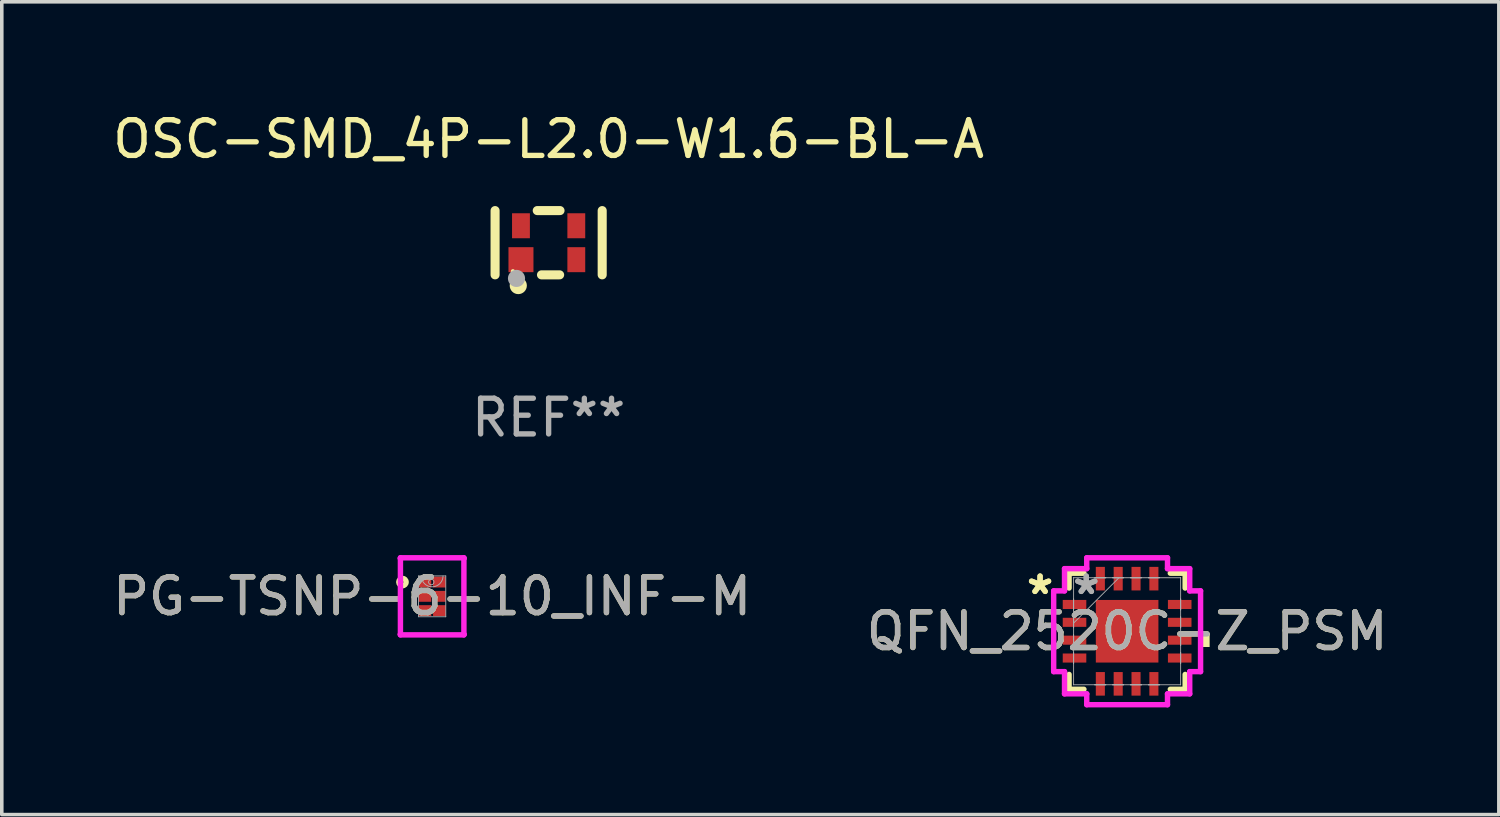
<source format=kicad_pcb>
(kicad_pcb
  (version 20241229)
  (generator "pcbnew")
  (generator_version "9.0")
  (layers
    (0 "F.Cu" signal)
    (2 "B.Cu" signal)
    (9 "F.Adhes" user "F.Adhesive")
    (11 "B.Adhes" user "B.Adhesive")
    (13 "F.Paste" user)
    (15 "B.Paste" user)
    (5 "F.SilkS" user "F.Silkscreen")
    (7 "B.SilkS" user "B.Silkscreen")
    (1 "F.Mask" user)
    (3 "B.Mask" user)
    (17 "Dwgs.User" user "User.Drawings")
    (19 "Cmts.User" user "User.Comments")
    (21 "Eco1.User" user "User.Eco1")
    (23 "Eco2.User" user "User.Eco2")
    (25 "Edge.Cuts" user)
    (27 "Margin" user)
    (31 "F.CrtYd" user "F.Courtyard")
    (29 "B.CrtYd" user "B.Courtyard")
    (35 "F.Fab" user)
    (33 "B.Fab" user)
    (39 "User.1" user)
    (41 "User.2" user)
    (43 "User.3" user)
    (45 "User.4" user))
  (footprint "PG-TSNP-6-10_INF-M"
    (layer "F.Cu")
    (at 9.054 13.652)
    (property "Reference" "PG-TSNP-6-10_INF-M" (at 0 0 0) (unlocked yes) (layer "F.SilkS") (effects (font (size 1 1) (thickness 0.15))))
    (attr smd)
    (fp_circle (center -0.832 -0.4) (end -0.73 -0.4) (stroke (width 0.152) (type solid)) (fill no) (layer "F.SilkS"))
    (fp_line (start -0.889 -1.079) (end 0.889 -1.079) (stroke (width 0.152) (type solid)) (layer "F.CrtYd"))
    (fp_line (start -0.889 -1.06) (end -0.889 -1.079) (stroke (width 0.152) (type solid)) (layer "F.CrtYd"))
    (fp_line (start -0.889 -1.06) (end -0.889 -1.06) (stroke (width 0.152) (type solid)) (layer "F.CrtYd"))
    (fp_line (start -0.889 1.06) (end -0.889 -1.06) (stroke (width 0.152) (type solid)) (layer "F.CrtYd"))
    (fp_line (start -0.889 1.06) (end -0.889 1.06) (stroke (width 0.152) (type solid)) (layer "F.CrtYd"))
    (fp_line (start -0.889 1.079) (end -0.889 1.06) (stroke (width 0.152) (type solid)) (layer "F.CrtYd"))
    (fp_line (start 0.889 -1.079) (end 0.889 -1.06) (stroke (width 0.152) (type solid)) (layer "F.CrtYd"))
    (fp_line (start 0.889 -1.06) (end 0.889 -1.06) (stroke (width 0.152) (type solid)) (layer "F.CrtYd"))
    (fp_line (start 0.889 -1.06) (end 0.889 1.06) (stroke (width 0.152) (type solid)) (layer "F.CrtYd"))
    (fp_line (start 0.889 1.06) (end 0.889 1.06) (stroke (width 0.152) (type solid)) (layer "F.CrtYd"))
    (fp_line (start 0.889 1.06) (end 0.889 1.079) (stroke (width 0.152) (type solid)) (layer "F.CrtYd"))
    (fp_line (start 0.889 1.079) (end -0.889 1.079) (stroke (width 0.152) (type solid)) (layer "F.CrtYd"))
    (fp_line (start -0.381 -0.572) (end -0.381 0.572) (stroke (width 0.025) (type solid)) (layer "F.Fab"))
    (fp_line (start -0.381 0.572) (end 0.381 0.572) (stroke (width 0.025) (type solid)) (layer "F.Fab"))
    (fp_line (start 0.381 -0.572) (end -0.381 -0.572) (stroke (width 0.025) (type solid)) (layer "F.Fab"))
    (fp_line (start 0.381 0.572) (end 0.381 -0.572) (stroke (width 0.025) (type solid)) (layer "F.Fab"))
    (fp_arc (start 0.3048 -0.5715) (mid 0 -0.2667) (end -0.3048 -0.5715) (stroke (width 0.0254) (type solid)) (layer "F.Fab"))
    (fp_circle (center -0.025 -0.4) (end 0.051 -0.4) (stroke (width 0.025) (type solid)) (fill no) (layer "F.Fab"))
    (fp_text user "${REFERENCE}" (at 0 0 0) (unlocked yes) (layer "F.Fab") (effects (font (size 1 1) (thickness 0.15))))
    (pad "1" smd rect (at -0.203 -0.4) (size 0.356 0.305) (layers "F.Cu" "F.Mask" "F.Paste"))
    (pad "2" smd rect (at -0.203 0) (size 0.356 0.305) (layers "F.Cu" "F.Mask" "F.Paste"))
    (pad "3" smd rect (at -0.203 0.4) (size 0.356 0.305) (layers "F.Cu" "F.Mask" "F.Paste"))
    (pad "4" smd rect (at 0.203 0.4) (size 0.356 0.305) (layers "F.Cu" "F.Mask" "F.Paste"))
    (pad "5" smd rect (at 0.203 0) (size 0.356 0.305) (layers "F.Cu" "F.Mask" "F.Paste"))
    (pad "6" smd rect (at 0.203 -0.4) (size 0.356 0.305) (layers "F.Cu" "F.Mask" "F.Paste")))
  (footprint "OSC-SMD_4P-L2.0-W1.6-BL-A"
    (layer "F.Cu")
    (at 12.316 3.748)
    (property "Reference" "OSC-SMD_4P-L2.0-W1.6-BL-A" (at -0.000025 -2.9 0) (layer "F.SilkS") (effects (font (size 1 1) (thickness 0.15))))
    (attr smd)
    (fp_line (start -1.5 -0.9) (end -1.5 0.9) (stroke (width 0.254) (type solid)) (layer "F.SilkS"))
    (fp_line (start -0.319 -0.9) (end 0.319 -0.9) (stroke (width 0.254) (type solid)) (layer "F.SilkS"))
    (fp_line (start -0.2 0.9) (end 0.308 0.9) (stroke (width 0.254) (type solid)) (layer "F.SilkS"))
    (fp_line (start 1.5 -0.9) (end 1.5 0.9) (stroke (width 0.254) (type solid)) (layer "F.SilkS"))
    (fp_circle (center -1 0.8) (end -0.97 0.8) (stroke (width 0.06) (type solid)) (fill no) (layer "F.SilkS"))
    (fp_circle (center -0.85 1.2) (end -0.73 1.2) (stroke (width 0.24) (type solid)) (fill no) (layer "F.SilkS"))
    (fp_circle (center -0.9 1) (end -0.78 1) (stroke (width 0.24) (type solid)) (fill no) (layer "F.Fab"))
    (fp_text user "REF**" (at -0.000025 4.9 0) (layer "F.Fab") (effects (font (size 1 1) (thickness 0.15))))
    (pad "1" smd rect (at -0.775 0.475 90) (size 0.7 0.7) (layers "F.Cu" "F.Mask" "F.Paste"))
    (pad "2" smd rect (at 0.775 0.475) (size 0.5 0.7) (layers "F.Cu" "F.Mask" "F.Paste"))
    (pad "3" smd rect (at 0.775 -0.475) (size 0.5 0.7) (layers "F.Cu" "F.Mask" "F.Paste"))
    (pad "4" smd rect (at -0.775 -0.475) (size 0.5 0.7) (layers "F.Cu" "F.Mask" "F.Paste")))
  (footprint "QFN_2520C-Z_PSM"
    (layer "F.Cu")
    (at 28.518 14.63)
    (property "Reference" "QFN_2520C-Z_PSM" (at 0 0 0) (unlocked yes) (layer "F.SilkS") (effects (font (size 1 1) (thickness 0.15))))
    (attr smd)
    (fp_line (start -1.626 -1.626) (end -1.626 -1.21) (stroke (width 0.152) (type solid)) (layer "F.SilkS"))
    (fp_line (start -1.626 1.21) (end -1.626 1.626) (stroke (width 0.152) (type solid)) (layer "F.SilkS"))
    (fp_line (start -1.626 1.626) (end -1.21 1.626) (stroke (width 0.152) (type solid)) (layer "F.SilkS"))
    (fp_line (start -1.21 -1.626) (end -1.626 -1.626) (stroke (width 0.152) (type solid)) (layer "F.SilkS"))
    (fp_line (start 1.21 1.626) (end 1.626 1.626) (stroke (width 0.152) (type solid)) (layer "F.SilkS"))
    (fp_line (start 1.626 -1.626) (end 1.21 -1.626) (stroke (width 0.152) (type solid)) (layer "F.SilkS"))
    (fp_line (start 1.626 -1.21) (end 1.626 -1.626) (stroke (width 0.152) (type solid)) (layer "F.SilkS"))
    (fp_line (start 1.626 1.626) (end 1.626 1.21) (stroke (width 0.152) (type solid)) (layer "F.SilkS"))
    (fp_poly (pts (xy 2.311 0.06) (xy 2.311 0.441) (xy 2.057 0.441) (xy 2.057 0.06)) (stroke (width 0) (type solid)) (fill yes) (layer "F.SilkS"))
    (fp_line (start -2.057 -1.131) (end -1.753 -1.131) (stroke (width 0.152) (type solid)) (layer "F.CrtYd"))
    (fp_line (start -2.057 1.131) (end -2.057 -1.131) (stroke (width 0.152) (type solid)) (layer "F.CrtYd"))
    (fp_line (start -1.753 -1.753) (end -1.131 -1.753) (stroke (width 0.152) (type solid)) (layer "F.CrtYd"))
    (fp_line (start -1.753 -1.131) (end -1.753 -1.753) (stroke (width 0.152) (type solid)) (layer "F.CrtYd"))
    (fp_line (start -1.753 1.131) (end -2.057 1.131) (stroke (width 0.152) (type solid)) (layer "F.CrtYd"))
    (fp_line (start -1.753 1.753) (end -1.753 1.131) (stroke (width 0.152) (type solid)) (layer "F.CrtYd"))
    (fp_line (start -1.131 -2.057) (end 1.131 -2.057) (stroke (width 0.152) (type solid)) (layer "F.CrtYd"))
    (fp_line (start -1.131 -1.753) (end -1.131 -2.057) (stroke (width 0.152) (type solid)) (layer "F.CrtYd"))
    (fp_line (start -1.131 1.753) (end -1.753 1.753) (stroke (width 0.152) (type solid)) (layer "F.CrtYd"))
    (fp_line (start -1.131 2.057) (end -1.131 1.753) (stroke (width 0.152) (type solid)) (layer "F.CrtYd"))
    (fp_line (start 1.131 -2.057) (end 1.131 -1.753) (stroke (width 0.152) (type solid)) (layer "F.CrtYd"))
    (fp_line (start 1.131 -1.753) (end 1.753 -1.753) (stroke (width 0.152) (type solid)) (layer "F.CrtYd"))
    (fp_line (start 1.131 1.753) (end 1.131 2.057) (stroke (width 0.152) (type solid)) (layer "F.CrtYd"))
    (fp_line (start 1.131 2.057) (end -1.131 2.057) (stroke (width 0.152) (type solid)) (layer "F.CrtYd"))
    (fp_line (start 1.753 -1.753) (end 1.753 -1.131) (stroke (width 0.152) (type solid)) (layer "F.CrtYd"))
    (fp_line (start 1.753 -1.131) (end 2.057 -1.131) (stroke (width 0.152) (type solid)) (layer "F.CrtYd"))
    (fp_line (start 1.753 1.131) (end 1.753 1.753) (stroke (width 0.152) (type solid)) (layer "F.CrtYd"))
    (fp_line (start 1.753 1.753) (end 1.131 1.753) (stroke (width 0.152) (type solid)) (layer "F.CrtYd"))
    (fp_line (start 2.057 -1.131) (end 2.057 1.131) (stroke (width 0.152) (type solid)) (layer "F.CrtYd"))
    (fp_line (start 2.057 1.131) (end 1.753 1.131) (stroke (width 0.152) (type solid)) (layer "F.CrtYd"))
    (fp_line (start -1.499 -1.499) (end -1.499 -1.499) (stroke (width 0.025) (type solid)) (layer "F.Fab"))
    (fp_line (start -1.499 -1.499) (end -1.499 1.499) (stroke (width 0.025) (type solid)) (layer "F.Fab"))
    (fp_line (start -1.499 -0.903) (end -1.499 -0.903) (stroke (width 0.025) (type solid)) (layer "F.Fab"))
    (fp_line (start -1.499 -0.903) (end -1.499 -0.598) (stroke (width 0.025) (type solid)) (layer "F.Fab"))
    (fp_line (start -1.499 -0.598) (end -1.499 -0.903) (stroke (width 0.025) (type solid)) (layer "F.Fab"))
    (fp_line (start -1.499 -0.598) (end -1.499 -0.598) (stroke (width 0.025) (type solid)) (layer "F.Fab"))
    (fp_line (start -1.499 -0.402) (end -1.499 -0.402) (stroke (width 0.025) (type solid)) (layer "F.Fab"))
    (fp_line (start -1.499 -0.402) (end -1.499 -0.098) (stroke (width 0.025) (type solid)) (layer "F.Fab"))
    (fp_line (start -1.499 -0.229) (end -0.229 -1.499) (stroke (width 0.025) (type solid)) (layer "F.Fab"))
    (fp_line (start -1.499 -0.098) (end -1.499 -0.402) (stroke (width 0.025) (type solid)) (layer "F.Fab"))
    (fp_line (start -1.499 -0.098) (end -1.499 -0.098) (stroke (width 0.025) (type solid)) (layer "F.Fab"))
    (fp_line (start -1.499 0.098) (end -1.499 0.098) (stroke (width 0.025) (type solid)) (layer "F.Fab"))
    (fp_line (start -1.499 0.098) (end -1.499 0.402) (stroke (width 0.025) (type solid)) (layer "F.Fab"))
    (fp_line (start -1.499 0.402) (end -1.499 0.098) (stroke (width 0.025) (type solid)) (layer "F.Fab"))
    (fp_line (start -1.499 0.402) (end -1.499 0.402) (stroke (width 0.025) (type solid)) (layer "F.Fab"))
    (fp_line (start -1.499 0.598) (end -1.499 0.598) (stroke (width 0.025) (type solid)) (layer "F.Fab"))
    (fp_line (start -1.499 0.598) (end -1.499 0.903) (stroke (width 0.025) (type solid)) (layer "F.Fab"))
    (fp_line (start -1.499 0.903) (end -1.499 0.598) (stroke (width 0.025) (type solid)) (layer "F.Fab"))
    (fp_line (start -1.499 0.903) (end -1.499 0.903) (stroke (width 0.025) (type solid)) (layer "F.Fab"))
    (fp_line (start -1.499 1.499) (end -1.499 1.499) (stroke (width 0.025) (type solid)) (layer "F.Fab"))
    (fp_line (start -1.499 1.499) (end 1.499 1.499) (stroke (width 0.025) (type solid)) (layer "F.Fab"))
    (fp_line (start -0.903 -1.499) (end -0.903 -1.499) (stroke (width 0.025) (type solid)) (layer "F.Fab"))
    (fp_line (start -0.903 -1.499) (end -0.598 -1.499) (stroke (width 0.025) (type solid)) (layer "F.Fab"))
    (fp_line (start -0.903 1.499) (end -0.903 1.499) (stroke (width 0.025) (type solid)) (layer "F.Fab"))
    (fp_line (start -0.903 1.499) (end -0.598 1.499) (stroke (width 0.025) (type solid)) (layer "F.Fab"))
    (fp_line (start -0.598 -1.499) (end -0.903 -1.499) (stroke (width 0.025) (type solid)) (layer "F.Fab"))
    (fp_line (start -0.598 -1.499) (end -0.598 -1.499) (stroke (width 0.025) (type solid)) (layer "F.Fab"))
    (fp_line (start -0.598 1.499) (end -0.903 1.499) (stroke (width 0.025) (type solid)) (layer "F.Fab"))
    (fp_line (start -0.598 1.499) (end -0.598 1.499) (stroke (width 0.025) (type solid)) (layer "F.Fab"))
    (fp_line (start -0.402 -1.499) (end -0.402 -1.499) (stroke (width 0.025) (type solid)) (layer "F.Fab"))
    (fp_line (start -0.402 -1.499) (end -0.098 -1.499) (stroke (width 0.025) (type solid)) (layer "F.Fab"))
    (fp_line (start -0.402 1.499) (end -0.402 1.499) (stroke (width 0.025) (type solid)) (layer "F.Fab"))
    (fp_line (start -0.402 1.499) (end -0.098 1.499) (stroke (width 0.025) (type solid)) (layer "F.Fab"))
    (fp_line (start -0.098 -1.499) (end -0.402 -1.499) (stroke (width 0.025) (type solid)) (layer "F.Fab"))
    (fp_line (start -0.098 -1.499) (end -0.098 -1.499) (stroke (width 0.025) (type solid)) (layer "F.Fab"))
    (fp_line (start -0.098 1.499) (end -0.402 1.499) (stroke (width 0.025) (type solid)) (layer "F.Fab"))
    (fp_line (start -0.098 1.499) (end -0.098 1.499) (stroke (width 0.025) (type solid)) (layer "F.Fab"))
    (fp_line (start 0.098 -1.499) (end 0.098 -1.499) (stroke (width 0.025) (type solid)) (layer "F.Fab"))
    (fp_line (start 0.098 -1.499) (end 0.402 -1.499) (stroke (width 0.025) (type solid)) (layer "F.Fab"))
    (fp_line (start 0.098 1.499) (end 0.098 1.499) (stroke (width 0.025) (type solid)) (layer "F.Fab"))
    (fp_line (start 0.098 1.499) (end 0.402 1.499) (stroke (width 0.025) (type solid)) (layer "F.Fab"))
    (fp_line (start 0.402 -1.499) (end 0.098 -1.499) (stroke (width 0.025) (type solid)) (layer "F.Fab"))
    (fp_line (start 0.402 -1.499) (end 0.402 -1.499) (stroke (width 0.025) (type solid)) (layer "F.Fab"))
    (fp_line (start 0.402 1.499) (end 0.098 1.499) (stroke (width 0.025) (type solid)) (layer "F.Fab"))
    (fp_line (start 0.402 1.499) (end 0.402 1.499) (stroke (width 0.025) (type solid)) (layer "F.Fab"))
    (fp_line (start 0.598 -1.499) (end 0.598 -1.499) (stroke (width 0.025) (type solid)) (layer "F.Fab"))
    (fp_line (start 0.598 -1.499) (end 0.903 -1.499) (stroke (width 0.025) (type solid)) (layer "F.Fab"))
    (fp_line (start 0.598 1.499) (end 0.598 1.499) (stroke (width 0.025) (type solid)) (layer "F.Fab"))
    (fp_line (start 0.598 1.499) (end 0.903 1.499) (stroke (width 0.025) (type solid)) (layer "F.Fab"))
    (fp_line (start 0.903 -1.499) (end 0.598 -1.499) (stroke (width 0.025) (type solid)) (layer "F.Fab"))
    (fp_line (start 0.903 -1.499) (end 0.903 -1.499) (stroke (width 0.025) (type solid)) (layer "F.Fab"))
    (fp_line (start 0.903 1.499) (end 0.598 1.499) (stroke (width 0.025) (type solid)) (layer "F.Fab"))
    (fp_line (start 0.903 1.499) (end 0.903 1.499) (stroke (width 0.025) (type solid)) (layer "F.Fab"))
    (fp_line (start 1.499 -1.499) (end -1.499 -1.499) (stroke (width 0.025) (type solid)) (layer "F.Fab"))
    (fp_line (start 1.499 -1.499) (end 1.499 -1.499) (stroke (width 0.025) (type solid)) (layer "F.Fab"))
    (fp_line (start 1.499 -0.903) (end 1.499 -0.903) (stroke (width 0.025) (type solid)) (layer "F.Fab"))
    (fp_line (start 1.499 -0.903) (end 1.499 -0.598) (stroke (width 0.025) (type solid)) (layer "F.Fab"))
    (fp_line (start 1.499 -0.598) (end 1.499 -0.903) (stroke (width 0.025) (type solid)) (layer "F.Fab"))
    (fp_line (start 1.499 -0.598) (end 1.499 -0.598) (stroke (width 0.025) (type solid)) (layer "F.Fab"))
    (fp_line (start 1.499 -0.402) (end 1.499 -0.402) (stroke (width 0.025) (type solid)) (layer "F.Fab"))
    (fp_line (start 1.499 -0.402) (end 1.499 -0.098) (stroke (width 0.025) (type solid)) (layer "F.Fab"))
    (fp_line (start 1.499 -0.098) (end 1.499 -0.402) (stroke (width 0.025) (type solid)) (layer "F.Fab"))
    (fp_line (start 1.499 -0.098) (end 1.499 -0.098) (stroke (width 0.025) (type solid)) (layer "F.Fab"))
    (fp_line (start 1.499 0.098) (end 1.499 0.098) (stroke (width 0.025) (type solid)) (layer "F.Fab"))
    (fp_line (start 1.499 0.098) (end 1.499 0.402) (stroke (width 0.025) (type solid)) (layer "F.Fab"))
    (fp_line (start 1.499 0.402) (end 1.499 0.098) (stroke (width 0.025) (type solid)) (layer "F.Fab"))
    (fp_line (start 1.499 0.402) (end 1.499 0.402) (stroke (width 0.025) (type solid)) (layer "F.Fab"))
    (fp_line (start 1.499 0.598) (end 1.499 0.598) (stroke (width 0.025) (type solid)) (layer "F.Fab"))
    (fp_line (start 1.499 0.598) (end 1.499 0.903) (stroke (width 0.025) (type solid)) (layer "F.Fab"))
    (fp_line (start 1.499 0.903) (end 1.499 0.598) (stroke (width 0.025) (type solid)) (layer "F.Fab"))
    (fp_line (start 1.499 0.903) (end 1.499 0.903) (stroke (width 0.025) (type solid)) (layer "F.Fab"))
    (fp_line (start 1.499 1.499) (end 1.499 -1.499) (stroke (width 0.025) (type solid)) (layer "F.Fab"))
    (fp_line (start 1.499 1.499) (end 1.499 1.499) (stroke (width 0.025) (type solid)) (layer "F.Fab"))
    (fp_text user "*" (at -2.438 -1 0) (layer "F.SilkS") (effects (font (size 1 1) (thickness 0.15))))
    (fp_text user "*" (at -2.438 -1 0) (unlocked yes) (layer "F.SilkS") (effects (font (size 1 1) (thickness 0.15))))
    (fp_text user "*" (at -1.143 -1 0) (layer "F.Fab") (effects (font (size 1 1) (thickness 0.15))))
    (fp_text user "${REFERENCE}" (at 0 0 0) (unlocked yes) (layer "F.Fab") (effects (font (size 1 1) (thickness 0.15))))
    (fp_text user "*" (at -1.143 -1 0) (unlocked yes) (layer "F.Fab") (effects (font (size 1 1) (thickness 0.15))))
    (pad "1" smd rect (at -1.473 -0.75 90) (size 0.254 0.66) (layers "F.Cu" "F.Mask" "F.Paste"))
    (pad "2" smd rect (at -1.473 -0.25 90) (size 0.254 0.66) (layers "F.Cu" "F.Mask" "F.Paste"))
    (pad "3" smd rect (at -1.473 0.25 90) (size 0.254 0.66) (layers "F.Cu" "F.Mask" "F.Paste"))
    (pad "4" smd rect (at -1.473 0.75 90) (size 0.254 0.66) (layers "F.Cu" "F.Mask" "F.Paste"))
    (pad "5" smd rect (at -0.75 1.473) (size 0.254 0.66) (layers "F.Cu" "F.Mask" "F.Paste"))
    (pad "6" smd rect (at -0.25 1.473) (size 0.254 0.66) (layers "F.Cu" "F.Mask" "F.Paste"))
    (pad "7" smd rect (at 0.25 1.473) (size 0.254 0.66) (layers "F.Cu" "F.Mask" "F.Paste"))
    (pad "8" smd rect (at 0.75 1.473) (size 0.254 0.66) (layers "F.Cu" "F.Mask" "F.Paste"))
    (pad "9" smd rect (at 1.473 0.75 90) (size 0.254 0.66) (layers "F.Cu" "F.Mask" "F.Paste"))
    (pad "10" smd rect (at 1.473 0.25 90) (size 0.254 0.66) (layers "F.Cu" "F.Mask" "F.Paste"))
    (pad "11" smd rect (at 1.473 -0.25 90) (size 0.254 0.66) (layers "F.Cu" "F.Mask" "F.Paste"))
    (pad "12" smd rect (at 1.473 -0.75 90) (size 0.254 0.66) (layers "F.Cu" "F.Mask" "F.Paste"))
    (pad "13" smd rect (at 0.75 -1.473) (size 0.254 0.66) (layers "F.Cu" "F.Mask" "F.Paste"))
    (pad "14" smd rect (at 0.25 -1.473) (size 0.254 0.66) (layers "F.Cu" "F.Mask" "F.Paste"))
    (pad "15" smd rect (at -0.25 -1.473) (size 0.254 0.66) (layers "F.Cu" "F.Mask" "F.Paste"))
    (pad "16" smd rect (at -0.75 -1.473) (size 0.254 0.66) (layers "F.Cu" "F.Mask" "F.Paste"))
    (pad "17" smd rect (at 0 0) (size 1.753 1.753) (layers "F.Cu" "F.Mask" "F.Paste")))
  (gr_rect
    (start -3 -3)
    (end 38.929 19.764)
    (stroke (width 0.1) (type default))
    (fill no)
    (layer "Edge.Cuts")))
</source>
